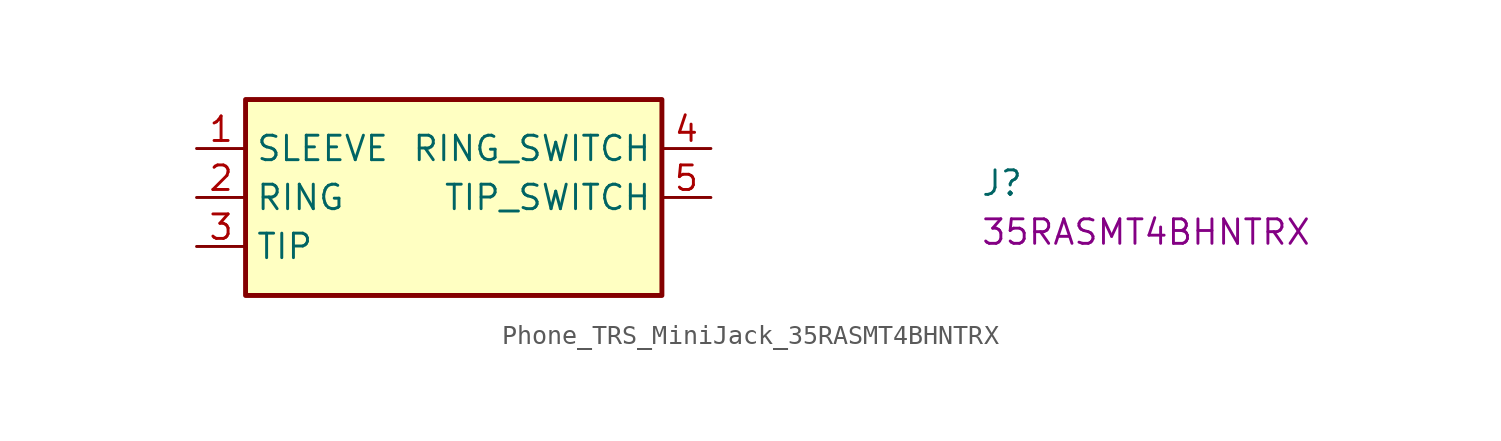
<source format=kicad_sym>
(kicad_symbol_lib
  (version 20220914)
  (generator kicad_symbol_editor)
  (symbol "Phone_TRS_MiniJack_35RASMT4BHNTRX"
    (property "Reference" "J"
      (at 40.64 -2.54 0)
      (effects (font (size 1.27 1.27) (thickness 0.15)) (justify left bottom)))
    (property "MPN" "35RASMT4BHNTRX"
      (at 40.64 -5.08 0)
      (effects (font (size 1.27 1.27) (thickness 0.15)) (justify left bottom)))
    (symbol "Phone_TRS_MiniJack_35RASMT4BHNTRX_1_1"
      (rectangle (start 2.54 2.54) (end 24.13 -7.62) (stroke (width 0.254) (type default)) (fill (type background)))
      (pin passive line (at 0 0 0) (length 2.54) (name "SLEEVE" (effects (font (size 1.27 1.27)))) (number "1" (effects (font (size 1.27 1.27)))))
      (pin passive line (at 0 -2.54 0) (length 2.54) (name "RING" (effects (font (size 1.27 1.27)))) (number "2" (effects (font (size 1.27 1.27)))))
      (pin passive line (at 0 -5.08 0) (length 2.54) (name "TIP" (effects (font (size 1.27 1.27)))) (number "3" (effects (font (size 1.27 1.27)))))
      (pin passive line (at 26.67 0 180) (length 2.54) (name "RING_SWITCH" (effects (font (size 1.27 1.27)))) (number "4" (effects (font (size 1.27 1.27)))))
      (pin passive line (at 26.67 -2.54 180) (length 2.54) (name "TIP_SWITCH" (effects (font (size 1.27 1.27)))) (number "5" (effects (font (size 1.27 1.27))))))))
</source>
